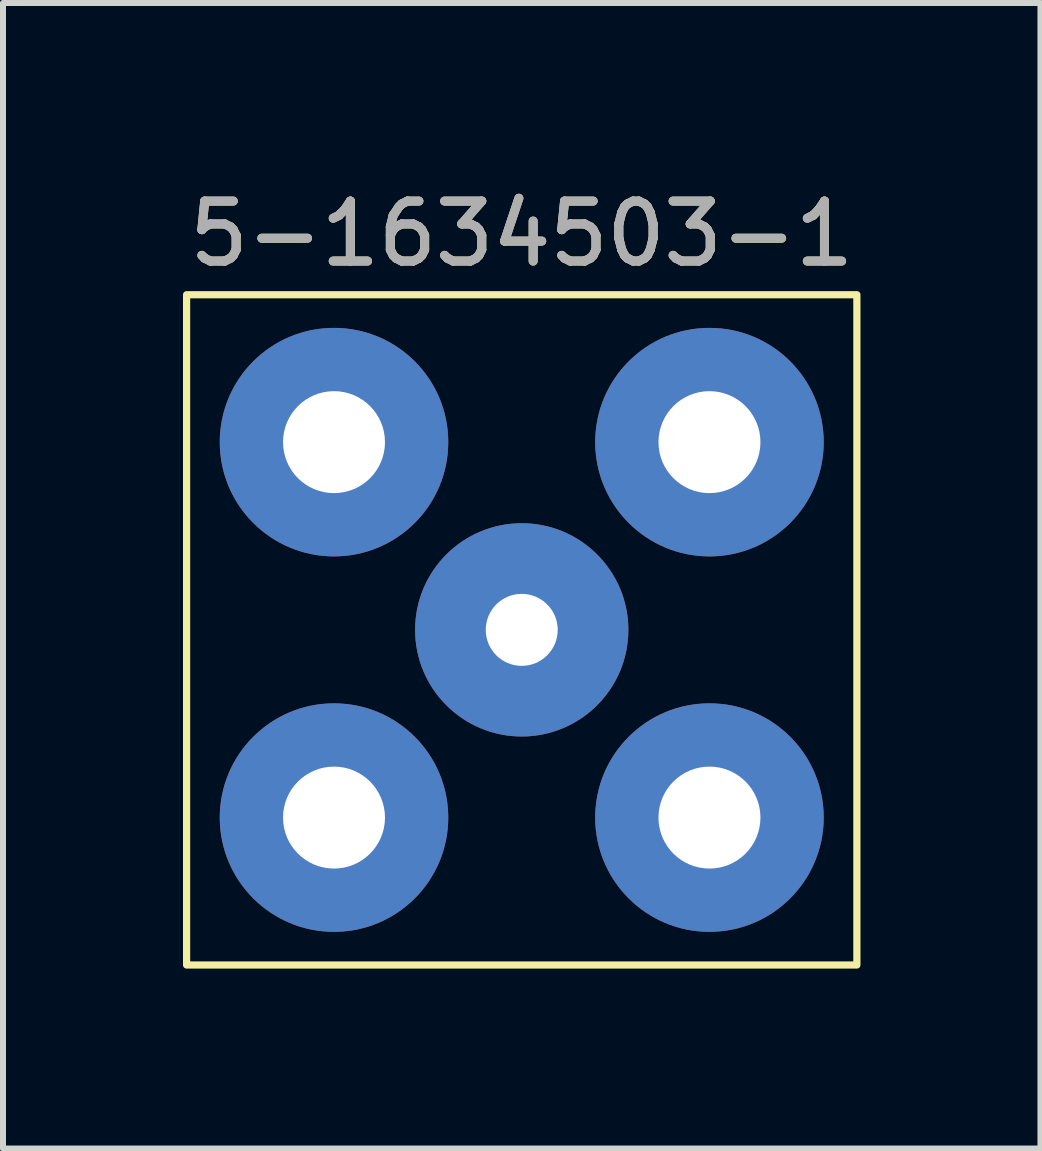
<source format=kicad_pcb>
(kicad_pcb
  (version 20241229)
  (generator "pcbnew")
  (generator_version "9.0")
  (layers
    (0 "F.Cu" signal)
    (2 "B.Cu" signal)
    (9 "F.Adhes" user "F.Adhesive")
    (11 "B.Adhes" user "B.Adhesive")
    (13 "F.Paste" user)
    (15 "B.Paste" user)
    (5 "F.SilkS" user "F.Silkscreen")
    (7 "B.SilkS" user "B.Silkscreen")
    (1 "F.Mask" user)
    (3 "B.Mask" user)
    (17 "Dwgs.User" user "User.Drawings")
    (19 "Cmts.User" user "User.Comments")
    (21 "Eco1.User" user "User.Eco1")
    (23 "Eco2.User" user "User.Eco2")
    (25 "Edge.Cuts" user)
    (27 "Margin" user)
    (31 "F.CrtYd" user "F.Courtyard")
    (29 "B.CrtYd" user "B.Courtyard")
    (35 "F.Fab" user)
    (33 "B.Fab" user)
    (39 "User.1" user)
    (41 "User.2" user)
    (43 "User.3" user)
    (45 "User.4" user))
  (footprint "5-1634503-1"
    (layer "F.Cu")
    (at 5.649 7.452)
    (property "Reference" "5-1634503-1" (at 0 -6.604 0) (unlocked yes) (layer "F.SilkS") (effects (font (size 1 1) (thickness 0.15))))
    (attr through_hole)
    (fp_rect (start -5.588 -5.588) (end 5.588 5.588) (stroke (width 0.12) (type solid)) (fill no) (layer "F.SilkS"))
    (fp_text user "${REFERENCE}" (at 0 -6.604 0) (unlocked yes) (layer "F.Fab") (effects (font (size 1 1) (thickness 0.15))))
    (pad "1" thru_hole circle (at 0 0) (size 3.556 3.556) (drill 1.2) (layers "*.Cu" "*.Mask"))
    (pad "2" thru_hole circle (at -3.13 -3.13) (size 3.81 3.81) (drill 1.7) (layers "*.Cu" "*.Mask"))
    (pad "2" thru_hole circle (at -3.13 3.13) (size 3.81 3.81) (drill 1.7) (layers "*.Cu" "*.Mask"))
    (pad "2" thru_hole circle (at 3.13 -3.13) (size 3.81 3.81) (drill 1.7) (layers "*.Cu" "*.Mask"))
    (pad "2" thru_hole circle (at 3.13 3.13) (size 3.81 3.81) (drill 1.7) (layers "*.Cu" "*.Mask")))
  (gr_rect
    (start -3 -3)
    (end 14.298 16.1)
    (stroke (width 0.1) (type default))
    (fill no)
    (layer "Edge.Cuts")))
</source>
